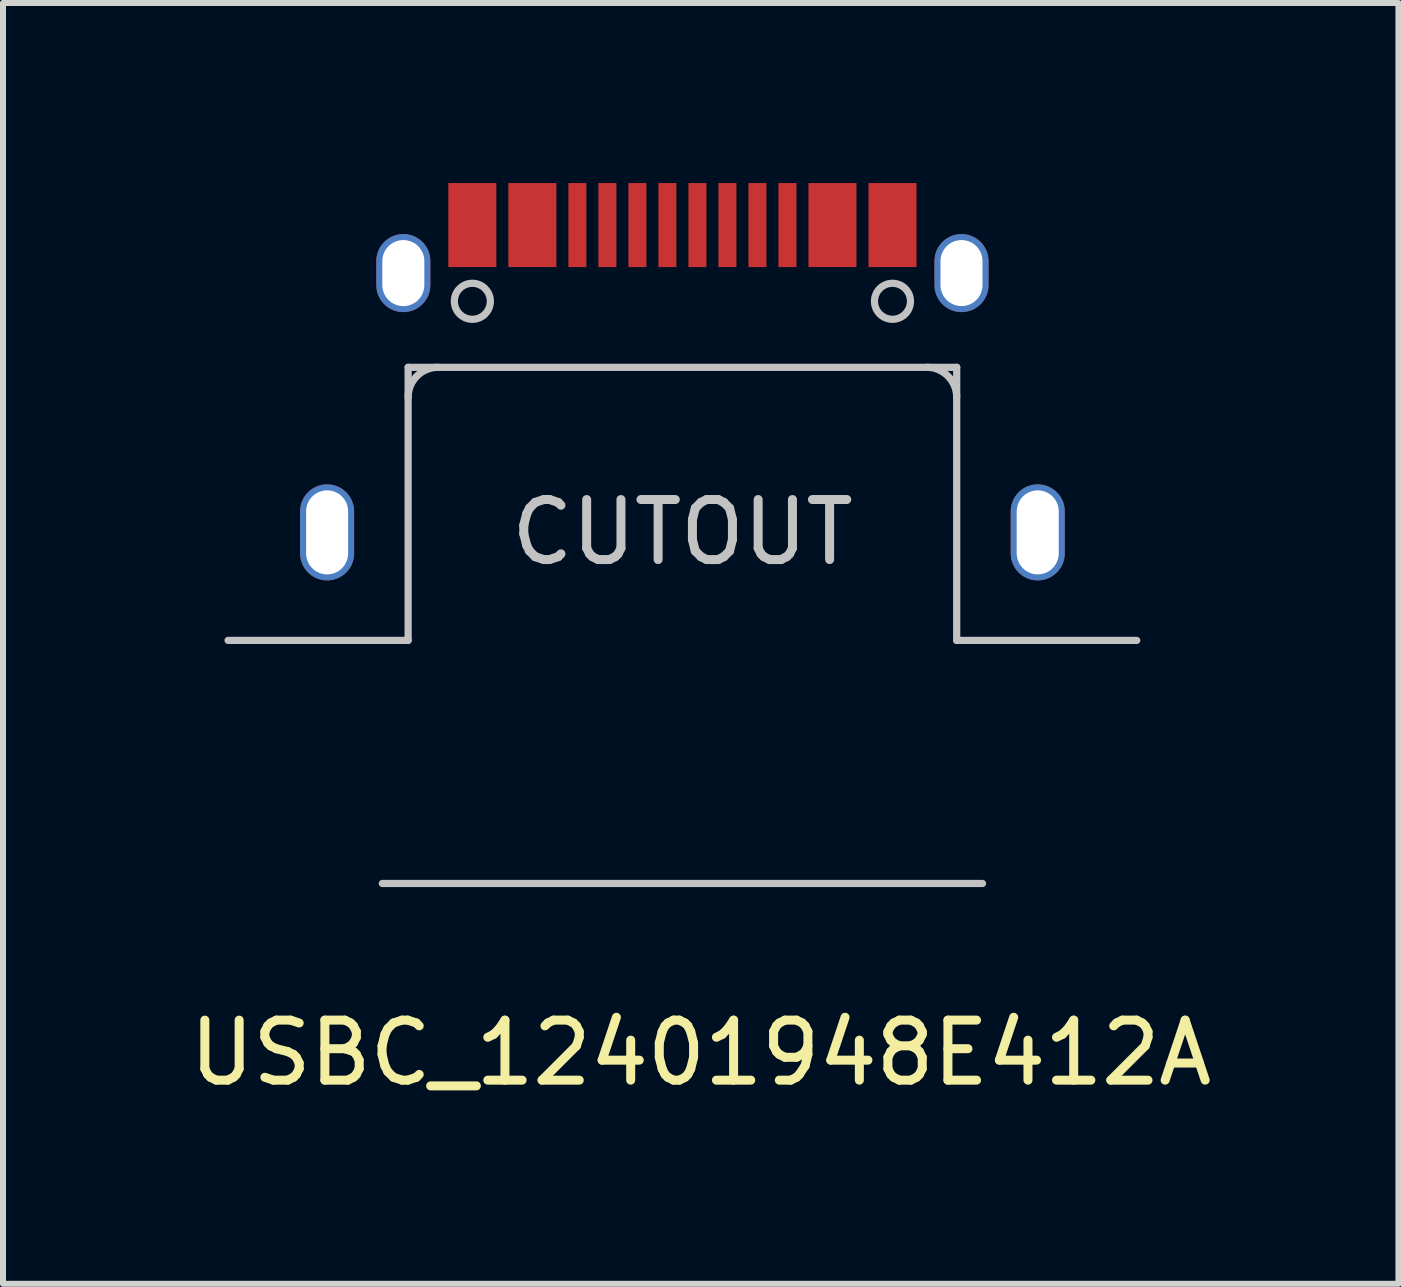
<source format=kicad_pcb>
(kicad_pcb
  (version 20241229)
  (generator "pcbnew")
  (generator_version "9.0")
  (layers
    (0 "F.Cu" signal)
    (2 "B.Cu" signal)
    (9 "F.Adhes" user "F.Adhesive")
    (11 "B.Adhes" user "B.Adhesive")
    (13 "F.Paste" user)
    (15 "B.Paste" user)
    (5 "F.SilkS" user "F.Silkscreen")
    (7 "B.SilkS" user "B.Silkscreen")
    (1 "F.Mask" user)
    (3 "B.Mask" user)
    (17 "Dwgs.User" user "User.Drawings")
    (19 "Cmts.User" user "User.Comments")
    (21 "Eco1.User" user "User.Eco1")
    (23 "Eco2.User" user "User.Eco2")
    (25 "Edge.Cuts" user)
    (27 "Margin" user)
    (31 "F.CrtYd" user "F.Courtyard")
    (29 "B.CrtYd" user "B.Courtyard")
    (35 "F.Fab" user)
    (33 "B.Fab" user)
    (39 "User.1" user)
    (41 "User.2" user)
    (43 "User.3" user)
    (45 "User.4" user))
  (footprint "USBC_12401948E412A"
    (layer "F.Cu")
    (at 8.32 0.687)
    (property "Reference" "USBC_12401948E412A" (at 0.305 13.805 0) (layer "F.SilkS") (effects (font (size 1 1) (thickness 0.15))))
    (attr through_hole)
    (fp_line (start -5 10.983) (end 5 10.983) (stroke (width 0.12) (type solid)) (layer "Dwgs.User"))
    (fp_line (start -4.57 2.383) (end 4.57 2.383) (stroke (width 0.12) (type solid)) (layer "Dwgs.User"))
    (fp_line (start -4.57 6.933) (end -7.57 6.933) (stroke (width 0.12) (type solid)) (layer "Dwgs.User"))
    (fp_line (start -4.57 6.933) (end -4.57 2.383) (stroke (width 0.12) (type solid)) (layer "Dwgs.User"))
    (fp_line (start 4.57 6.933) (end 4.57 2.383) (stroke (width 0.12) (type solid)) (layer "Dwgs.User"))
    (fp_line (start 7.57 6.933) (end 4.57 6.933) (stroke (width 0.12) (type solid)) (layer "Dwgs.User"))
    (fp_arc (start -4.57 2.8827) (mid -4.423553 2.529147) (end -4.07 2.3827) (stroke (width 0.12) (type solid)) (layer "Dwgs.User"))
    (fp_arc (start 4.07 2.3827) (mid 4.423553 2.529147) (end 4.57 2.8827) (stroke (width 0.12) (type solid)) (layer "Dwgs.User"))
    (fp_circle (center -3.5 1.283) (end -3.2 1.283) (stroke (width 0.12) (type solid)) (fill no) (layer "Dwgs.User"))
    (fp_circle (center 3.5 1.283) (end 3.8 1.283) (stroke (width 0.12) (type solid)) (fill no) (layer "Dwgs.User"))
    (fp_text user "CUTOUT" (at 0 5.131 0) (layer "Dwgs.User") (effects (font (size 1 1) (thickness 0.15))))
    (pad "A1" smd rect (at -3.5 0.013) (size 0.8 1.4) (layers "F.Cu" "F.Mask" "F.Paste"))
    (pad "A4" smd rect (at -2.5 0.013) (size 0.8 1.4) (layers "F.Cu" "F.Mask" "F.Paste"))
    (pad "A5" smd rect (at -1.25 0.013) (size 0.3 1.4) (layers "F.Cu" "F.Mask" "F.Paste"))
    (pad "A6" smd rect (at -0.25 0.013) (size 0.3 1.4) (layers "F.Cu" "F.Mask" "F.Paste"))
    (pad "A7" smd rect (at 0.25 0.013) (size 0.3 1.4) (layers "F.Cu" "F.Mask" "F.Paste"))
    (pad "A8" smd rect (at 1.25 0.013) (size 0.3 1.4) (layers "F.Cu" "F.Mask" "F.Paste"))
    (pad "A9" smd rect (at 2.5 0.013) (size 0.8 1.4) (layers "F.Cu" "F.Mask" "F.Paste"))
    (pad "A12" smd rect (at 3.5 0.013) (size 0.8 1.4) (layers "F.Cu" "F.Mask" "F.Paste"))
    (pad "B5" smd rect (at 1.75 0.013) (size 0.3 1.4) (layers "F.Cu" "F.Mask" "F.Paste"))
    (pad "B6" smd rect (at 0.75 0.013) (size 0.3 1.4) (layers "F.Cu" "F.Mask" "F.Paste"))
    (pad "B7" smd rect (at -0.75 0.013) (size 0.3 1.4) (layers "F.Cu" "F.Mask" "F.Paste"))
    (pad "B8" smd rect (at -1.75 0.013) (size 0.3 1.4) (layers "F.Cu" "F.Mask" "F.Paste"))
    (pad "S1" thru_hole oval (at -5.92 5.133) (size 0.9 1.6) (drill oval 0.7 1.4) (layers "*.Cu" "*.Mask"))
    (pad "S1" thru_hole oval (at -4.65 0.813) (size 0.9 1.3) (drill oval 0.7 1.1) (layers "*.Cu" "*.Mask"))
    (pad "S1" thru_hole oval (at 4.65 0.813) (size 0.9 1.3) (drill oval 0.7 1.1) (layers "*.Cu" "*.Mask"))
    (pad "S1" thru_hole oval (at 5.92 5.133) (size 0.9 1.6) (drill oval 0.7 1.4) (layers "*.Cu" "*.Mask")))
  (gr_rect
    (start -3 -3)
    (end 20.25 18.34)
    (stroke (width 0.1) (type default))
    (fill no)
    (layer "Edge.Cuts")))
</source>
